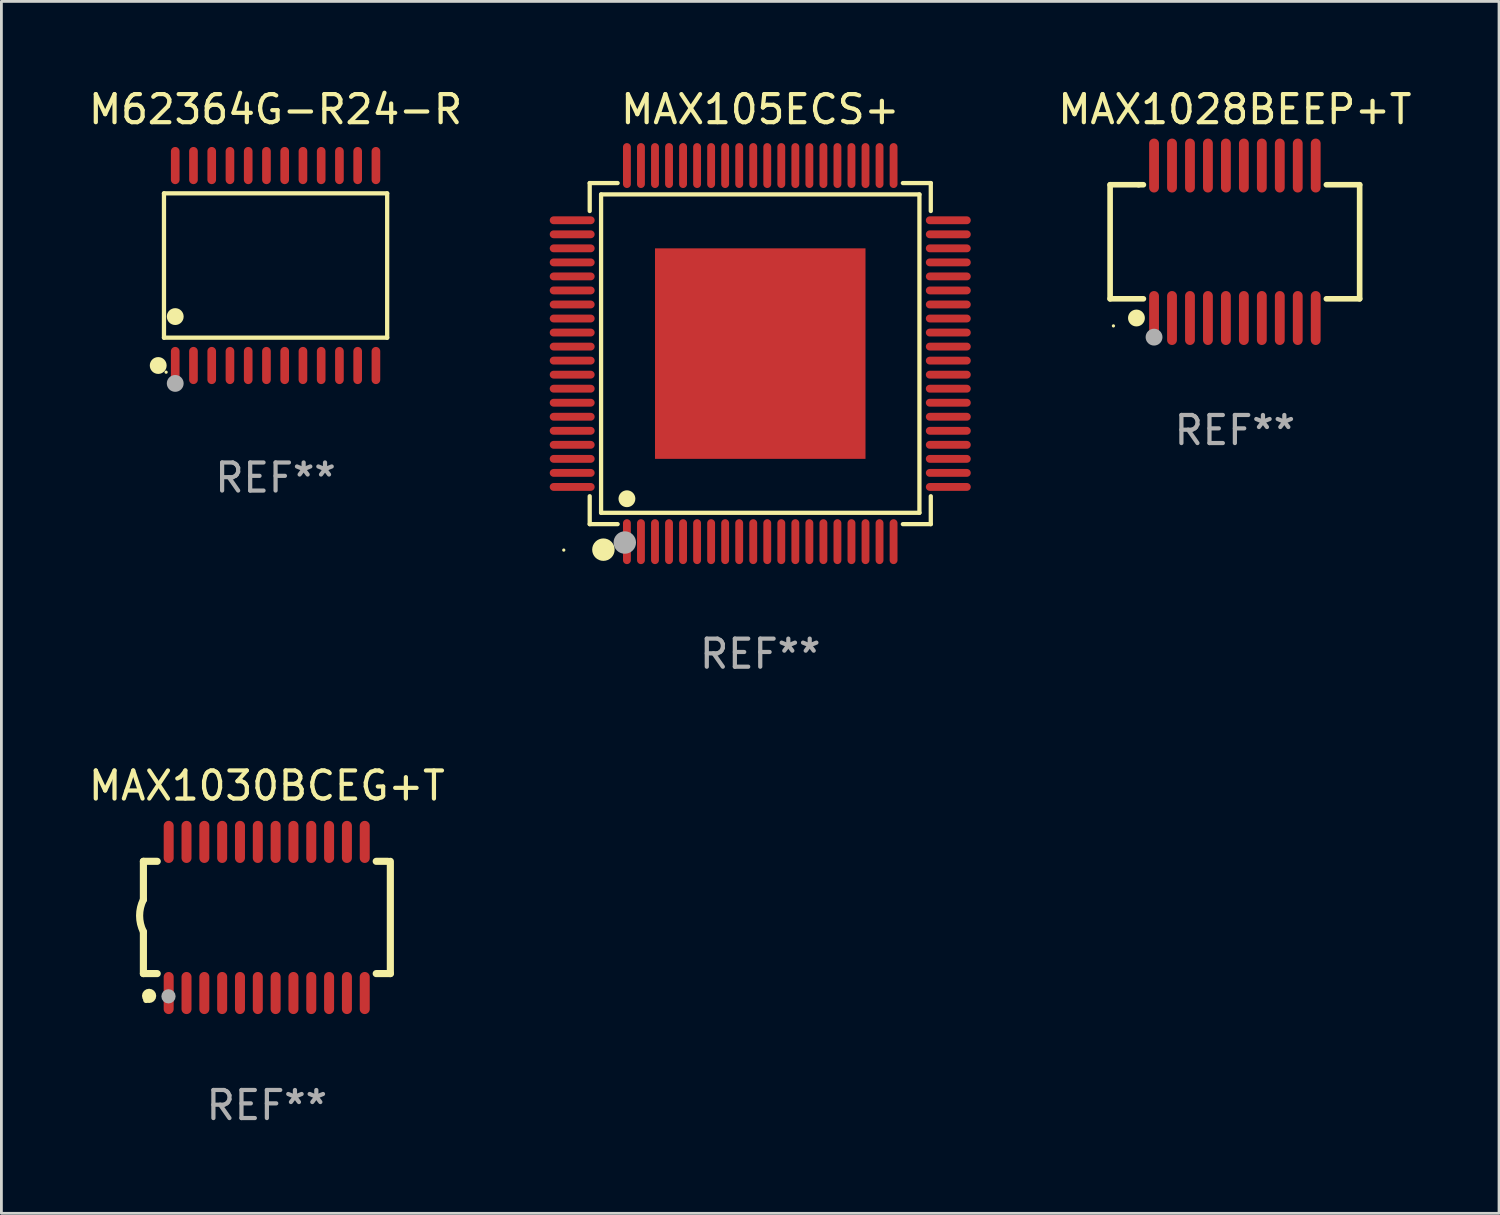
<source format=kicad_pcb>
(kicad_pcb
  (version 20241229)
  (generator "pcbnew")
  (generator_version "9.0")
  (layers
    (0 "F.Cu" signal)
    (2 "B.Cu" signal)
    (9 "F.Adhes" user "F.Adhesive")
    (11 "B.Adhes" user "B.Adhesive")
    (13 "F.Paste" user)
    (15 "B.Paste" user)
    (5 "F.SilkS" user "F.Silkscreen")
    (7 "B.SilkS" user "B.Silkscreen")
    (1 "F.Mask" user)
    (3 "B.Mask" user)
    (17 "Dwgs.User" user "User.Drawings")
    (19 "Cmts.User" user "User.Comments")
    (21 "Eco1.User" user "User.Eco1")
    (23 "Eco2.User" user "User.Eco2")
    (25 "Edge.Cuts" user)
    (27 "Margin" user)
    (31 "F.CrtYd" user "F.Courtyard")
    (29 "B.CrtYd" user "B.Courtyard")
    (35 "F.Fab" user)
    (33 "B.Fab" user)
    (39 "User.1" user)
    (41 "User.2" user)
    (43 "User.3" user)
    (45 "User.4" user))
  (footprint "MAX105ECS+"
    (layer "F.Cu")
    (at 24.036 9.548)
    (property "Reference" "MAX105ECS+" (at 0 -8.7 0) (layer "F.SilkS") (effects (font (size 1 1) (thickness 0.15))))
    (attr through_hole)
    (fp_line (start -6.076 -6.076) (end -5.081 -6.076) (stroke (width 0.152) (type solid)) (layer "F.SilkS"))
    (fp_line (start -6.076 -5.08) (end -6.076 -6.076) (stroke (width 0.152) (type solid)) (layer "F.SilkS"))
    (fp_line (start -6.076 5.081) (end -6.076 6.076) (stroke (width 0.152) (type solid)) (layer "F.SilkS"))
    (fp_line (start -6.076 6.076) (end -5.081 6.076) (stroke (width 0.152) (type solid)) (layer "F.SilkS"))
    (fp_line (start -5.671 -5.671) (end 5.671 -5.671) (stroke (width 0.152) (type solid)) (layer "F.SilkS"))
    (fp_line (start -5.671 5.671) (end -5.671 -5.671) (stroke (width 0.152) (type solid)) (layer "F.SilkS"))
    (fp_line (start 5.671 -5.671) (end 5.671 5.671) (stroke (width 0.152) (type solid)) (layer "F.SilkS"))
    (fp_line (start 5.671 5.671) (end -5.671 5.671) (stroke (width 0.152) (type solid)) (layer "F.SilkS"))
    (fp_line (start 6.076 -6.076) (end 5.081 -6.076) (stroke (width 0.152) (type solid)) (layer "F.SilkS"))
    (fp_line (start 6.076 -5.08) (end 6.076 -6.076) (stroke (width 0.152) (type solid)) (layer "F.SilkS"))
    (fp_line (start 6.076 5.081) (end 6.076 6.076) (stroke (width 0.152) (type solid)) (layer "F.SilkS"))
    (fp_line (start 6.076 6.076) (end 5.081 6.076) (stroke (width 0.152) (type solid)) (layer "F.SilkS"))
    (fp_circle (center -7 7) (end -6.97 7) (stroke (width 0.06) (type solid)) (fill no) (layer "F.SilkS"))
    (fp_circle (center -5.588 6.985) (end -5.388 6.985) (stroke (width 0.4) (type solid)) (fill no) (layer "F.SilkS"))
    (fp_circle (center -4.75 5.171) (end -4.6 5.171) (stroke (width 0.3) (type solid)) (fill no) (layer "F.SilkS"))
    (fp_circle (center -4.826 6.731) (end -4.626 6.731) (stroke (width 0.4) (type solid)) (fill no) (layer "F.Fab"))
    (fp_text user "REF**" (at 0 10.7 0) (layer "F.Fab") (effects (font (size 1 1) (thickness 0.15))))
    (pad "1" smd oval (at -4.75 6.7) (size 0.28 1.6) (layers "F.Cu" "F.Mask" "F.Paste"))
    (pad "2" smd oval (at -4.25 6.7) (size 0.28 1.6) (layers "F.Cu" "F.Mask" "F.Paste"))
    (pad "3" smd oval (at -3.75 6.7) (size 0.28 1.6) (layers "F.Cu" "F.Mask" "F.Paste"))
    (pad "4" smd oval (at -3.25 6.7) (size 0.28 1.6) (layers "F.Cu" "F.Mask" "F.Paste"))
    (pad "5" smd oval (at -2.75 6.7) (size 0.28 1.6) (layers "F.Cu" "F.Mask" "F.Paste"))
    (pad "6" smd oval (at -2.25 6.7) (size 0.28 1.6) (layers "F.Cu" "F.Mask" "F.Paste"))
    (pad "7" smd oval (at -1.75 6.7) (size 0.28 1.6) (layers "F.Cu" "F.Mask" "F.Paste"))
    (pad "8" smd oval (at -1.25 6.7) (size 0.28 1.6) (layers "F.Cu" "F.Mask" "F.Paste"))
    (pad "9" smd oval (at -0.75 6.7) (size 0.28 1.6) (layers "F.Cu" "F.Mask" "F.Paste"))
    (pad "10" smd oval (at -0.25 6.7) (size 0.28 1.6) (layers "F.Cu" "F.Mask" "F.Paste"))
    (pad "11" smd oval (at 0.25 6.7) (size 0.28 1.6) (layers "F.Cu" "F.Mask" "F.Paste"))
    (pad "12" smd oval (at 0.75 6.7) (size 0.28 1.6) (layers "F.Cu" "F.Mask" "F.Paste"))
    (pad "13" smd oval (at 1.25 6.7) (size 0.28 1.6) (layers "F.Cu" "F.Mask" "F.Paste"))
    (pad "14" smd oval (at 1.75 6.7) (size 0.28 1.6) (layers "F.Cu" "F.Mask" "F.Paste"))
    (pad "15" smd oval (at 2.25 6.7) (size 0.28 1.6) (layers "F.Cu" "F.Mask" "F.Paste"))
    (pad "16" smd oval (at 2.75 6.7) (size 0.28 1.6) (layers "F.Cu" "F.Mask" "F.Paste"))
    (pad "17" smd oval (at 3.25 6.7) (size 0.28 1.6) (layers "F.Cu" "F.Mask" "F.Paste"))
    (pad "18" smd oval (at 3.75 6.7) (size 0.28 1.6) (layers "F.Cu" "F.Mask" "F.Paste"))
    (pad "19" smd oval (at 4.25 6.7) (size 0.28 1.6) (layers "F.Cu" "F.Mask" "F.Paste"))
    (pad "20" smd oval (at 4.75 6.7) (size 0.28 1.6) (layers "F.Cu" "F.Mask" "F.Paste"))
    (pad "21" smd oval (at 6.7 4.75) (size 1.6 0.28) (layers "F.Cu" "F.Mask" "F.Paste"))
    (pad "22" smd oval (at 6.7 4.25) (size 1.6 0.28) (layers "F.Cu" "F.Mask" "F.Paste"))
    (pad "23" smd oval (at 6.7 3.75) (size 1.6 0.28) (layers "F.Cu" "F.Mask" "F.Paste"))
    (pad "24" smd oval (at 6.7 3.25) (size 1.6 0.28) (layers "F.Cu" "F.Mask" "F.Paste"))
    (pad "25" smd oval (at 6.7 2.75) (size 1.6 0.28) (layers "F.Cu" "F.Mask" "F.Paste"))
    (pad "26" smd oval (at 6.7 2.25) (size 1.6 0.28) (layers "F.Cu" "F.Mask" "F.Paste"))
    (pad "27" smd oval (at 6.7 1.75) (size 1.6 0.28) (layers "F.Cu" "F.Mask" "F.Paste"))
    (pad "28" smd oval (at 6.7 1.25) (size 1.6 0.28) (layers "F.Cu" "F.Mask" "F.Paste"))
    (pad "29" smd oval (at 6.7 0.75) (size 1.6 0.28) (layers "F.Cu" "F.Mask" "F.Paste"))
    (pad "30" smd oval (at 6.7 0.25) (size 1.6 0.28) (layers "F.Cu" "F.Mask" "F.Paste"))
    (pad "31" smd oval (at 6.7 -0.25) (size 1.6 0.28) (layers "F.Cu" "F.Mask" "F.Paste"))
    (pad "32" smd oval (at 6.7 -0.75) (size 1.6 0.28) (layers "F.Cu" "F.Mask" "F.Paste"))
    (pad "33" smd oval (at 6.7 -1.25) (size 1.6 0.28) (layers "F.Cu" "F.Mask" "F.Paste"))
    (pad "34" smd oval (at 6.7 -1.75) (size 1.6 0.28) (layers "F.Cu" "F.Mask" "F.Paste"))
    (pad "35" smd oval (at 6.7 -2.25) (size 1.6 0.28) (layers "F.Cu" "F.Mask" "F.Paste"))
    (pad "36" smd oval (at 6.7 -2.75) (size 1.6 0.28) (layers "F.Cu" "F.Mask" "F.Paste"))
    (pad "37" smd oval (at 6.7 -3.25) (size 1.6 0.28) (layers "F.Cu" "F.Mask" "F.Paste"))
    (pad "38" smd oval (at 6.7 -3.75) (size 1.6 0.28) (layers "F.Cu" "F.Mask" "F.Paste"))
    (pad "39" smd oval (at 6.7 -4.25) (size 1.6 0.28) (layers "F.Cu" "F.Mask" "F.Paste"))
    (pad "40" smd oval (at 6.7 -4.75) (size 1.6 0.28) (layers "F.Cu" "F.Mask" "F.Paste"))
    (pad "41" smd oval (at 4.75 -6.7) (size 0.28 1.6) (layers "F.Cu" "F.Mask" "F.Paste"))
    (pad "42" smd oval (at 4.25 -6.7) (size 0.28 1.6) (layers "F.Cu" "F.Mask" "F.Paste"))
    (pad "43" smd oval (at 3.75 -6.7) (size 0.28 1.6) (layers "F.Cu" "F.Mask" "F.Paste"))
    (pad "44" smd oval (at 3.25 -6.7) (size 0.28 1.6) (layers "F.Cu" "F.Mask" "F.Paste"))
    (pad "45" smd oval (at 2.75 -6.7) (size 0.28 1.6) (layers "F.Cu" "F.Mask" "F.Paste"))
    (pad "46" smd oval (at 2.25 -6.7) (size 0.28 1.6) (layers "F.Cu" "F.Mask" "F.Paste"))
    (pad "47" smd oval (at 1.75 -6.7) (size 0.28 1.6) (layers "F.Cu" "F.Mask" "F.Paste"))
    (pad "48" smd oval (at 1.25 -6.7) (size 0.28 1.6) (layers "F.Cu" "F.Mask" "F.Paste"))
    (pad "49" smd oval (at 0.75 -6.7) (size 0.28 1.6) (layers "F.Cu" "F.Mask" "F.Paste"))
    (pad "50" smd oval (at 0.25 -6.7) (size 0.28 1.6) (layers "F.Cu" "F.Mask" "F.Paste"))
    (pad "51" smd oval (at -0.25 -6.7) (size 0.28 1.6) (layers "F.Cu" "F.Mask" "F.Paste"))
    (pad "52" smd oval (at -0.75 -6.7) (size 0.28 1.6) (layers "F.Cu" "F.Mask" "F.Paste"))
    (pad "53" smd oval (at -1.25 -6.7) (size 0.28 1.6) (layers "F.Cu" "F.Mask" "F.Paste"))
    (pad "54" smd oval (at -1.75 -6.7) (size 0.28 1.6) (layers "F.Cu" "F.Mask" "F.Paste"))
    (pad "55" smd oval (at -2.25 -6.7) (size 0.28 1.6) (layers "F.Cu" "F.Mask" "F.Paste"))
    (pad "56" smd oval (at -2.75 -6.7) (size 0.28 1.6) (layers "F.Cu" "F.Mask" "F.Paste"))
    (pad "57" smd oval (at -3.25 -6.7) (size 0.28 1.6) (layers "F.Cu" "F.Mask" "F.Paste"))
    (pad "58" smd oval (at -3.75 -6.7) (size 0.28 1.6) (layers "F.Cu" "F.Mask" "F.Paste"))
    (pad "59" smd oval (at -4.25 -6.7) (size 0.28 1.6) (layers "F.Cu" "F.Mask" "F.Paste"))
    (pad "60" smd oval (at -4.75 -6.7) (size 0.28 1.6) (layers "F.Cu" "F.Mask" "F.Paste"))
    (pad "61" smd oval (at -6.7 -4.75) (size 1.6 0.28) (layers "F.Cu" "F.Mask" "F.Paste"))
    (pad "62" smd oval (at -6.7 -4.25) (size 1.6 0.28) (layers "F.Cu" "F.Mask" "F.Paste"))
    (pad "63" smd oval (at -6.7 -3.75) (size 1.6 0.28) (layers "F.Cu" "F.Mask" "F.Paste"))
    (pad "64" smd oval (at -6.7 -3.25) (size 1.6 0.28) (layers "F.Cu" "F.Mask" "F.Paste"))
    (pad "65" smd oval (at -6.7 -2.75) (size 1.6 0.28) (layers "F.Cu" "F.Mask" "F.Paste"))
    (pad "66" smd oval (at -6.7 -2.25) (size 1.6 0.28) (layers "F.Cu" "F.Mask" "F.Paste"))
    (pad "67" smd oval (at -6.7 -1.75) (size 1.6 0.28) (layers "F.Cu" "F.Mask" "F.Paste"))
    (pad "68" smd oval (at -6.7 -1.25) (size 1.6 0.28) (layers "F.Cu" "F.Mask" "F.Paste"))
    (pad "69" smd oval (at -6.7 -0.75) (size 1.6 0.28) (layers "F.Cu" "F.Mask" "F.Paste"))
    (pad "70" smd oval (at -6.7 -0.25) (size 1.6 0.28) (layers "F.Cu" "F.Mask" "F.Paste"))
    (pad "71" smd oval (at -6.7 0.25) (size 1.6 0.28) (layers "F.Cu" "F.Mask" "F.Paste"))
    (pad "72" smd oval (at -6.7 0.75) (size 1.6 0.28) (layers "F.Cu" "F.Mask" "F.Paste"))
    (pad "73" smd oval (at -6.7 1.25) (size 1.6 0.28) (layers "F.Cu" "F.Mask" "F.Paste"))
    (pad "74" smd oval (at -6.7 1.75) (size 1.6 0.28) (layers "F.Cu" "F.Mask" "F.Paste"))
    (pad "75" smd oval (at -6.7 2.25) (size 1.6 0.28) (layers "F.Cu" "F.Mask" "F.Paste"))
    (pad "76" smd oval (at -6.7 2.75) (size 1.6 0.28) (layers "F.Cu" "F.Mask" "F.Paste"))
    (pad "77" smd oval (at -6.7 3.25) (size 1.6 0.28) (layers "F.Cu" "F.Mask" "F.Paste"))
    (pad "78" smd oval (at -6.7 3.75) (size 1.6 0.28) (layers "F.Cu" "F.Mask" "F.Paste"))
    (pad "79" smd oval (at -6.7 4.25) (size 1.6 0.28) (layers "F.Cu" "F.Mask" "F.Paste"))
    (pad "80" smd oval (at -6.7 4.75) (size 1.6 0.28) (layers "F.Cu" "F.Mask" "F.Paste"))
    (pad "81" smd rect (at 0 0) (size 7.5 7.5) (layers "F.Cu" "F.Mask" "F.Paste")))
  (footprint "MAX1028BEEP+T"
    (layer "F.Cu")
    (at 40.946 5.564)
    (property "Reference" "MAX1028BEEP+T" (at 0 -4.716 0) (layer "F.SilkS") (effects (font (size 1 1) (thickness 0.15))))
    (attr through_hole)
    (fp_line (start -4.445 -2.032) (end -4.445 2.032) (stroke (width 0.2) (type solid)) (layer "F.SilkS"))
    (fp_line (start -4.445 2.032) (end -3.259 2.032) (stroke (width 0.2) (type solid)) (layer "F.SilkS"))
    (fp_line (start -3.429 -2.032) (end -4.445 -2.032) (stroke (width 0.2) (type solid)) (layer "F.SilkS"))
    (fp_line (start -3.259 -2.032) (end -3.429 -2.032) (stroke (width 0.2) (type solid)) (layer "F.SilkS"))
    (fp_line (start 3.259 2.032) (end 4.445 2.032) (stroke (width 0.2) (type solid)) (layer "F.SilkS"))
    (fp_line (start 4.445 -2.032) (end 3.259 -2.032) (stroke (width 0.2) (type solid)) (layer "F.SilkS"))
    (fp_line (start 4.445 2.032) (end 4.445 -2.032) (stroke (width 0.2) (type solid)) (layer "F.SilkS"))
    (fp_circle (center -4.327 2.997) (end -4.297 2.997) (stroke (width 0.06) (type solid)) (fill no) (layer "F.SilkS"))
    (fp_circle (center -3.507 2.716) (end -3.357 2.716) (stroke (width 0.3) (type solid)) (fill no) (layer "F.SilkS"))
    (fp_circle (center -2.88 3.398) (end -2.73 3.398) (stroke (width 0.3) (type solid)) (fill no) (layer "F.Fab"))
    (fp_text user "REF**" (at 0 6.716 0) (layer "F.Fab") (effects (font (size 1 1) (thickness 0.15))))
    (pad "1" smd oval (at -2.88 2.716) (size 0.35 1.922) (layers "F.Cu" "F.Mask" "F.Paste"))
    (pad "2" smd oval (at -2.24 2.716) (size 0.35 1.922) (layers "F.Cu" "F.Mask" "F.Paste"))
    (pad "3" smd oval (at -1.6 2.716) (size 0.35 1.922) (layers "F.Cu" "F.Mask" "F.Paste"))
    (pad "4" smd oval (at -0.96 2.716) (size 0.35 1.922) (layers "F.Cu" "F.Mask" "F.Paste"))
    (pad "5" smd oval (at -0.32 2.716) (size 0.35 1.922) (layers "F.Cu" "F.Mask" "F.Paste"))
    (pad "6" smd oval (at 0.32 2.716) (size 0.35 1.922) (layers "F.Cu" "F.Mask" "F.Paste"))
    (pad "7" smd oval (at 0.96 2.716) (size 0.35 1.922) (layers "F.Cu" "F.Mask" "F.Paste"))
    (pad "8" smd oval (at 1.6 2.716) (size 0.35 1.922) (layers "F.Cu" "F.Mask" "F.Paste"))
    (pad "9" smd oval (at 2.24 2.716) (size 0.35 1.922) (layers "F.Cu" "F.Mask" "F.Paste"))
    (pad "10" smd oval (at 2.88 2.716) (size 0.35 1.922) (layers "F.Cu" "F.Mask" "F.Paste"))
    (pad "11" smd oval (at 2.88 -2.716) (size 0.35 1.922) (layers "F.Cu" "F.Mask" "F.Paste"))
    (pad "12" smd oval (at 2.24 -2.716) (size 0.35 1.922) (layers "F.Cu" "F.Mask" "F.Paste"))
    (pad "13" smd oval (at 1.6 -2.716) (size 0.35 1.922) (layers "F.Cu" "F.Mask" "F.Paste"))
    (pad "14" smd oval (at 0.96 -2.716) (size 0.35 1.922) (layers "F.Cu" "F.Mask" "F.Paste"))
    (pad "15" smd oval (at 0.32 -2.716) (size 0.35 1.922) (layers "F.Cu" "F.Mask" "F.Paste"))
    (pad "16" smd oval (at -0.32 -2.716) (size 0.35 1.922) (layers "F.Cu" "F.Mask" "F.Paste"))
    (pad "17" smd oval (at -0.96 -2.716) (size 0.35 1.922) (layers "F.Cu" "F.Mask" "F.Paste"))
    (pad "18" smd oval (at -1.6 -2.716) (size 0.35 1.922) (layers "F.Cu" "F.Mask" "F.Paste"))
    (pad "19" smd oval (at -2.24 -2.716) (size 0.35 1.922) (layers "F.Cu" "F.Mask" "F.Paste"))
    (pad "20" smd oval (at -2.88 -2.716) (size 0.35 1.922) (layers "F.Cu" "F.Mask" "F.Paste")))
  (footprint "M62364G-R24-R"
    (layer "F.Cu")
    (at 6.768 6.41)
    (property "Reference" "M62364G-R24-R" (at 0 -5.562 0) (layer "F.SilkS") (effects (font (size 1 1) (thickness 0.15))))
    (attr through_hole)
    (fp_line (start -3.976 -2.571) (end 3.976 -2.571) (stroke (width 0.152) (type solid)) (layer "F.SilkS"))
    (fp_line (start -3.976 2.571) (end -3.976 -2.571) (stroke (width 0.152) (type solid)) (layer "F.SilkS"))
    (fp_line (start 3.976 -2.571) (end 3.976 2.571) (stroke (width 0.152) (type solid)) (layer "F.SilkS"))
    (fp_line (start 3.976 2.571) (end -3.976 2.571) (stroke (width 0.152) (type solid)) (layer "F.SilkS"))
    (fp_circle (center -4.181 3.562) (end -4.031 3.562) (stroke (width 0.3) (type solid)) (fill no) (layer "F.SilkS"))
    (fp_circle (center -3.9 3.8) (end -3.87 3.8) (stroke (width 0.06) (type solid)) (fill no) (layer "F.SilkS"))
    (fp_circle (center -3.575 1.819) (end -3.425 1.819) (stroke (width 0.3) (type solid)) (fill no) (layer "F.SilkS"))
    (fp_circle (center -3.575 4.2) (end -3.425 4.2) (stroke (width 0.3) (type solid)) (fill no) (layer "F.Fab"))
    (fp_text user "REF**" (at 0 7.562 0) (layer "F.Fab") (effects (font (size 1 1) (thickness 0.15))))
    (pad "1" smd oval (at -3.575 3.562) (size 0.308 1.324) (layers "F.Cu" "F.Mask" "F.Paste"))
    (pad "2" smd oval (at -2.925 3.562) (size 0.308 1.324) (layers "F.Cu" "F.Mask" "F.Paste"))
    (pad "3" smd oval (at -2.275 3.562) (size 0.308 1.324) (layers "F.Cu" "F.Mask" "F.Paste"))
    (pad "4" smd oval (at -1.625 3.562) (size 0.308 1.324) (layers "F.Cu" "F.Mask" "F.Paste"))
    (pad "5" smd oval (at -0.975 3.562) (size 0.308 1.324) (layers "F.Cu" "F.Mask" "F.Paste"))
    (pad "6" smd oval (at -0.325 3.562) (size 0.308 1.324) (layers "F.Cu" "F.Mask" "F.Paste"))
    (pad "7" smd oval (at 0.325 3.562) (size 0.308 1.324) (layers "F.Cu" "F.Mask" "F.Paste"))
    (pad "8" smd oval (at 0.975 3.562) (size 0.308 1.324) (layers "F.Cu" "F.Mask" "F.Paste"))
    (pad "9" smd oval (at 1.625 3.562) (size 0.308 1.324) (layers "F.Cu" "F.Mask" "F.Paste"))
    (pad "10" smd oval (at 2.275 3.562) (size 0.308 1.324) (layers "F.Cu" "F.Mask" "F.Paste"))
    (pad "11" smd oval (at 2.925 3.562) (size 0.308 1.324) (layers "F.Cu" "F.Mask" "F.Paste"))
    (pad "12" smd oval (at 3.575 3.562) (size 0.308 1.324) (layers "F.Cu" "F.Mask" "F.Paste"))
    (pad "13" smd oval (at 3.575 -3.562) (size 0.308 1.324) (layers "F.Cu" "F.Mask" "F.Paste"))
    (pad "14" smd oval (at 2.925 -3.562) (size 0.308 1.324) (layers "F.Cu" "F.Mask" "F.Paste"))
    (pad "15" smd oval (at 2.275 -3.562) (size 0.308 1.324) (layers "F.Cu" "F.Mask" "F.Paste"))
    (pad "16" smd oval (at 1.625 -3.562) (size 0.308 1.324) (layers "F.Cu" "F.Mask" "F.Paste"))
    (pad "17" smd oval (at 0.975 -3.562) (size 0.308 1.324) (layers "F.Cu" "F.Mask" "F.Paste"))
    (pad "18" smd oval (at 0.325 -3.562) (size 0.308 1.324) (layers "F.Cu" "F.Mask" "F.Paste"))
    (pad "19" smd oval (at -0.325 -3.562) (size 0.308 1.324) (layers "F.Cu" "F.Mask" "F.Paste"))
    (pad "20" smd oval (at -0.975 -3.562) (size 0.308 1.324) (layers "F.Cu" "F.Mask" "F.Paste"))
    (pad "21" smd oval (at -1.625 -3.562) (size 0.308 1.324) (layers "F.Cu" "F.Mask" "F.Paste"))
    (pad "22" smd oval (at -2.275 -3.562) (size 0.308 1.324) (layers "F.Cu" "F.Mask" "F.Paste"))
    (pad "23" smd oval (at -2.925 -3.562) (size 0.308 1.324) (layers "F.Cu" "F.Mask" "F.Paste"))
    (pad "24" smd oval (at -3.575 -3.562) (size 0.308 1.324) (layers "F.Cu" "F.Mask" "F.Paste")))
  (footprint "MAX1030BCEG+T"
    (layer "F.Cu")
    (at 6.458 29.637)
    (property "Reference" "MAX1030BCEG+T" (at 0 -4.692 0) (layer "F.SilkS") (effects (font (size 1 1) (thickness 0.15))))
    (attr through_hole)
    (fp_line (start -4.399 -2) (end -4.399 -0.635) (stroke (width 0.254) (type solid)) (layer "F.SilkS"))
    (fp_line (start -4.399 -2) (end -3.907 -2) (stroke (width 0.254) (type solid)) (layer "F.SilkS"))
    (fp_line (start -4.399 2) (end -4.399 0.508) (stroke (width 0.254) (type solid)) (layer "F.SilkS"))
    (fp_line (start -4.399 2) (end -3.907 2) (stroke (width 0.254) (type solid)) (layer "F.SilkS"))
    (fp_line (start 3.896 -2) (end 4.313 -2) (stroke (width 0.254) (type solid)) (layer "F.SilkS"))
    (fp_line (start 3.896 2) (end 4.399 2) (stroke (width 0.254) (type solid)) (layer "F.SilkS"))
    (fp_line (start 4.399 2) (end 4.399 -2) (stroke (width 0.254) (type solid)) (layer "F.SilkS"))
    (fp_arc (start -4.399301 0.508001) (mid -4.534214 -0.0635) (end -4.399301 -0.635001) (stroke (width 0.254001) (type solid)) (layer "F.SilkS"))
    (fp_circle (center -4.305 2.95) (end -4.255 2.95) (stroke (width 0.1) (type solid)) (fill no) (layer "F.SilkS"))
    (fp_circle (center -4.196 2.794) (end -4.069 2.794) (stroke (width 0.254) (type solid)) (fill no) (layer "F.SilkS"))
    (fp_circle (center -3.505 2.81) (end -3.378 2.81) (stroke (width 0.254) (type solid)) (fill no) (layer "F.Fab"))
    (fp_text user "REF**" (at 0 6.692 0) (layer "F.Fab") (effects (font (size 1 1) (thickness 0.15))))
    (pad "1" smd oval (at -3.498 2.692 90) (size 1.5 0.356) (layers "F.Cu" "F.Mask" "F.Paste"))
    (pad "2" smd oval (at -2.863 2.692 90) (size 1.5 0.356) (layers "F.Cu" "F.Mask" "F.Paste"))
    (pad "3" smd oval (at -2.228 2.692 90) (size 1.5 0.356) (layers "F.Cu" "F.Mask" "F.Paste"))
    (pad "4" smd oval (at -1.593 2.692 90) (size 1.5 0.356) (layers "F.Cu" "F.Mask" "F.Paste"))
    (pad "5" smd oval (at -0.958 2.692 90) (size 1.5 0.356) (layers "F.Cu" "F.Mask" "F.Paste"))
    (pad "6" smd oval (at -0.323 2.692 90) (size 1.5 0.356) (layers "F.Cu" "F.Mask" "F.Paste"))
    (pad "7" smd oval (at 0.312 2.692 90) (size 1.5 0.356) (layers "F.Cu" "F.Mask" "F.Paste"))
    (pad "8" smd oval (at 0.947 2.692 90) (size 1.5 0.356) (layers "F.Cu" "F.Mask" "F.Paste"))
    (pad "9" smd oval (at 1.582 2.692 90) (size 1.5 0.356) (layers "F.Cu" "F.Mask" "F.Paste"))
    (pad "10" smd oval (at 2.217 2.692 90) (size 1.5 0.356) (layers "F.Cu" "F.Mask" "F.Paste"))
    (pad "11" smd oval (at 2.852 2.692 90) (size 1.5 0.356) (layers "F.Cu" "F.Mask" "F.Paste"))
    (pad "12" smd oval (at 3.487 2.692 90) (size 1.5 0.356) (layers "F.Cu" "F.Mask" "F.Paste"))
    (pad "13" smd oval (at 3.487 -2.692 90) (size 1.5 0.356) (layers "F.Cu" "F.Mask" "F.Paste"))
    (pad "14" smd oval (at 2.852 -2.692 90) (size 1.5 0.356) (layers "F.Cu" "F.Mask" "F.Paste"))
    (pad "15" smd oval (at 2.217 -2.692 90) (size 1.5 0.356) (layers "F.Cu" "F.Mask" "F.Paste"))
    (pad "16" smd oval (at 1.582 -2.692 90) (size 1.5 0.356) (layers "F.Cu" "F.Mask" "F.Paste"))
    (pad "17" smd oval (at 0.947 -2.692 90) (size 1.5 0.356) (layers "F.Cu" "F.Mask" "F.Paste"))
    (pad "18" smd oval (at 0.312 -2.692 90) (size 1.5 0.356) (layers "F.Cu" "F.Mask" "F.Paste"))
    (pad "19" smd oval (at -0.323 -2.692 90) (size 1.5 0.356) (layers "F.Cu" "F.Mask" "F.Paste"))
    (pad "20" smd oval (at -0.958 -2.692 90) (size 1.5 0.356) (layers "F.Cu" "F.Mask" "F.Paste"))
    (pad "21" smd oval (at -1.593 -2.692 90) (size 1.5 0.356) (layers "F.Cu" "F.Mask" "F.Paste"))
    (pad "22" smd oval (at -2.228 -2.692 90) (size 1.5 0.356) (layers "F.Cu" "F.Mask" "F.Paste"))
    (pad "23" smd oval (at -2.863 -2.692 90) (size 1.5 0.356) (layers "F.Cu" "F.Mask" "F.Paste"))
    (pad "24" smd oval (at -3.498 -2.692 90) (size 1.5 0.356) (layers "F.Cu" "F.Mask" "F.Paste")))
  (gr_rect
    (start -3 -3)
    (end 50.357 40.178)
    (stroke (width 0.1) (type default))
    (fill no)
    (layer "Edge.Cuts")))
</source>
